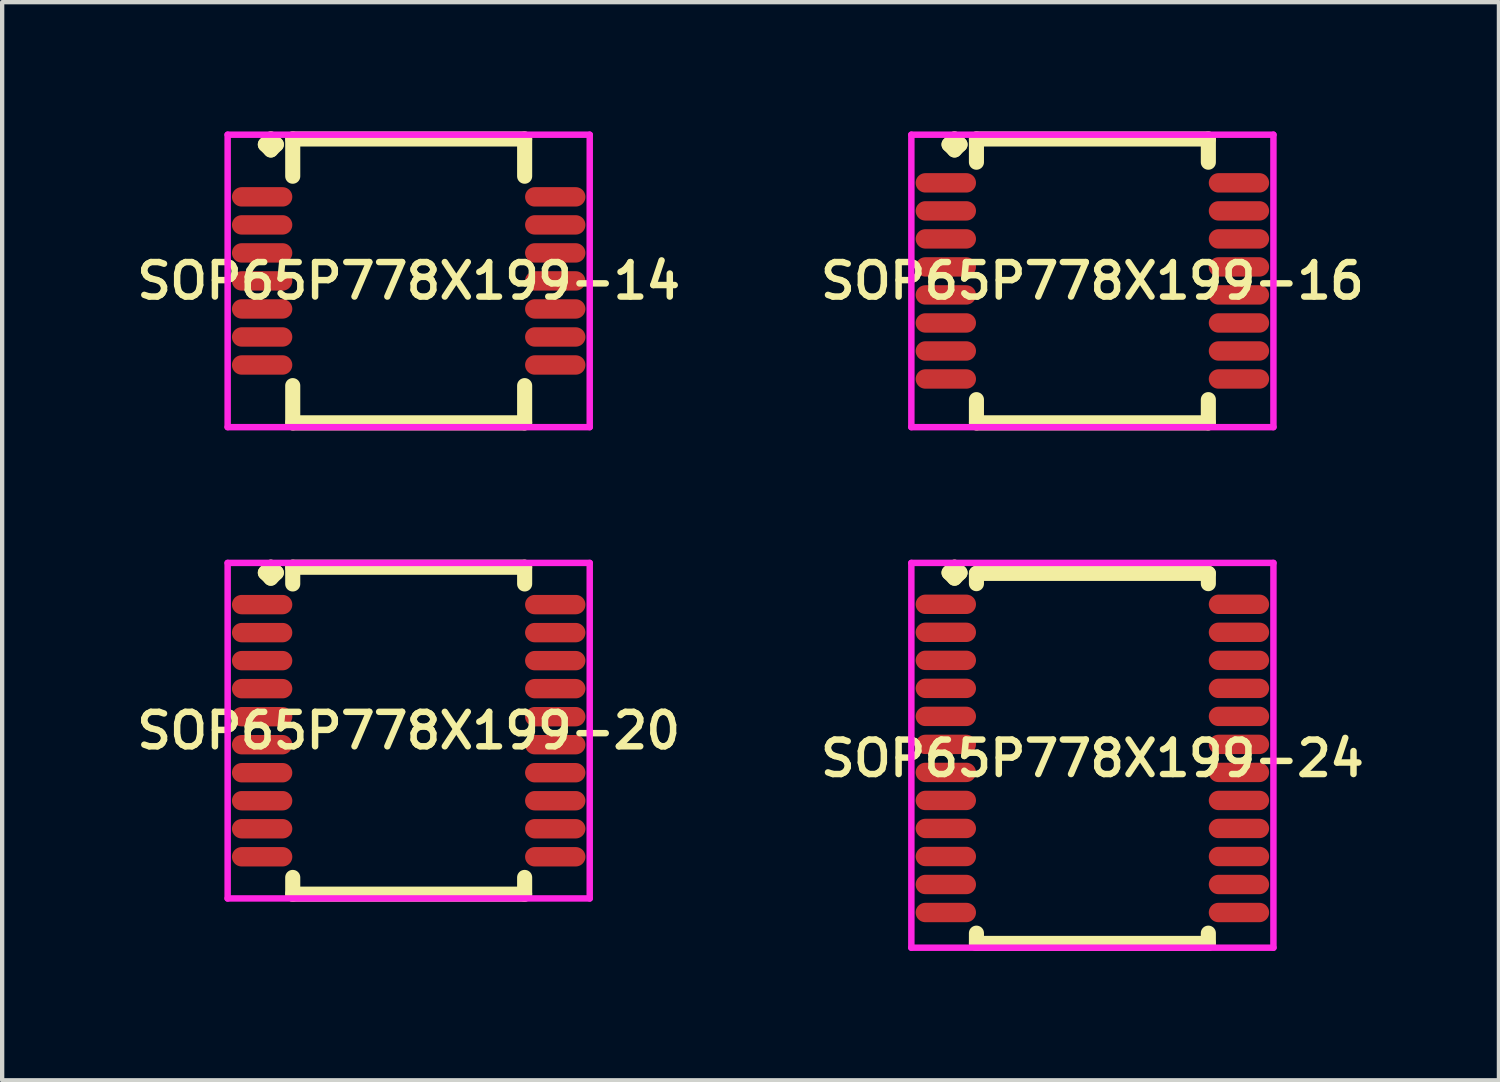
<source format=kicad_pcb>
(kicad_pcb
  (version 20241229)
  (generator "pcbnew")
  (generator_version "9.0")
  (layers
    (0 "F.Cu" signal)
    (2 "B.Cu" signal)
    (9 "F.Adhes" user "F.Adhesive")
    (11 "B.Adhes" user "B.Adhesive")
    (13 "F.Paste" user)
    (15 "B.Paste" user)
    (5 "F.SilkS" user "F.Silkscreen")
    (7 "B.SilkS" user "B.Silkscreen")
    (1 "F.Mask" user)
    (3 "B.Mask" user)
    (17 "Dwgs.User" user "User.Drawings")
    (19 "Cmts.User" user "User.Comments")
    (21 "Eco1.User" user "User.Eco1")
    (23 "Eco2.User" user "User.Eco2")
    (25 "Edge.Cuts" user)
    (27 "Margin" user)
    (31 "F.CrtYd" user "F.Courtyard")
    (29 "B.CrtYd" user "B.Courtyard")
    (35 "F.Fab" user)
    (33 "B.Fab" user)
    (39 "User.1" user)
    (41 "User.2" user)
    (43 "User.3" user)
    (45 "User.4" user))
  (footprint "SOP65P778X199-20"
    (layer "F.Cu")
    (at 6.431 13.901)
    (property "Reference" "SOP65P778X199-20" (at 0 0 0) (layer "F.SilkS") (effects (font (size 0.8 0.8) (thickness 0.15))))
    (attr smd)
    (fp_line (start -3.325 -3.665) (end -3.198 -3.792) (stroke (width 0.35) (type solid)) (layer "F.SilkS"))
    (fp_line (start -3.198 -3.792) (end -3.071 -3.665) (stroke (width 0.35) (type solid)) (layer "F.SilkS"))
    (fp_line (start -3.198 -3.538) (end -3.325 -3.665) (stroke (width 0.35) (type solid)) (layer "F.SilkS"))
    (fp_line (start -3.071 -3.665) (end -3.198 -3.538) (stroke (width 0.35) (type solid)) (layer "F.SilkS"))
    (fp_line (start -2.69 -3.792) (end 2.69 -3.792) (stroke (width 0.35) (type solid)) (layer "F.SilkS"))
    (fp_line (start -2.69 -3.404) (end -2.69 -3.792) (stroke (width 0.35) (type solid)) (layer "F.SilkS"))
    (fp_line (start -2.69 3.404) (end -2.69 3.792) (stroke (width 0.35) (type solid)) (layer "F.SilkS"))
    (fp_line (start -2.69 3.792) (end 2.69 3.792) (stroke (width 0.35) (type solid)) (layer "F.SilkS"))
    (fp_line (start 2.69 -3.792) (end 2.69 -3.404) (stroke (width 0.35) (type solid)) (layer "F.SilkS"))
    (fp_line (start 2.69 3.792) (end 2.69 3.404) (stroke (width 0.35) (type solid)) (layer "F.SilkS"))
    (fp_line (start -4.2 -3.892) (end 4.2 -3.892) (stroke (width 0.15) (type solid)) (layer "F.CrtYd"))
    (fp_line (start -4.2 3.892) (end -4.2 -3.892) (stroke (width 0.15) (type solid)) (layer "F.CrtYd"))
    (fp_line (start 4.2 -3.892) (end 4.2 3.892) (stroke (width 0.15) (type solid)) (layer "F.CrtYd"))
    (fp_line (start 4.2 3.892) (end -4.2 3.892) (stroke (width 0.15) (type solid)) (layer "F.CrtYd"))
    (pad "1" smd oval (at -3.4 -2.925) (size 1.4 0.45) (layers "F.Cu" "F.Mask" "F.Paste"))
    (pad "2" smd oval (at -3.4 -2.275) (size 1.4 0.45) (layers "F.Cu" "F.Mask" "F.Paste"))
    (pad "3" smd oval (at -3.4 -1.625) (size 1.4 0.45) (layers "F.Cu" "F.Mask" "F.Paste"))
    (pad "4" smd oval (at -3.4 -0.975) (size 1.4 0.45) (layers "F.Cu" "F.Mask" "F.Paste"))
    (pad "5" smd oval (at -3.4 -0.325) (size 1.4 0.45) (layers "F.Cu" "F.Mask" "F.Paste"))
    (pad "6" smd oval (at -3.4 0.325) (size 1.4 0.45) (layers "F.Cu" "F.Mask" "F.Paste"))
    (pad "7" smd oval (at -3.4 0.975) (size 1.4 0.45) (layers "F.Cu" "F.Mask" "F.Paste"))
    (pad "8" smd oval (at -3.4 1.625) (size 1.4 0.45) (layers "F.Cu" "F.Mask" "F.Paste"))
    (pad "9" smd oval (at -3.4 2.275) (size 1.4 0.45) (layers "F.Cu" "F.Mask" "F.Paste"))
    (pad "10" smd oval (at -3.4 2.925) (size 1.4 0.45) (layers "F.Cu" "F.Mask" "F.Paste"))
    (pad "11" smd oval (at 3.4 2.925) (size 1.4 0.45) (layers "F.Cu" "F.Mask" "F.Paste"))
    (pad "12" smd oval (at 3.4 2.275) (size 1.4 0.45) (layers "F.Cu" "F.Mask" "F.Paste"))
    (pad "13" smd oval (at 3.4 1.625) (size 1.4 0.45) (layers "F.Cu" "F.Mask" "F.Paste"))
    (pad "14" smd oval (at 3.4 0.975) (size 1.4 0.45) (layers "F.Cu" "F.Mask" "F.Paste"))
    (pad "15" smd oval (at 3.4 0.325) (size 1.4 0.45) (layers "F.Cu" "F.Mask" "F.Paste"))
    (pad "16" smd oval (at 3.4 -0.325) (size 1.4 0.45) (layers "F.Cu" "F.Mask" "F.Paste"))
    (pad "17" smd oval (at 3.4 -0.975) (size 1.4 0.45) (layers "F.Cu" "F.Mask" "F.Paste"))
    (pad "18" smd oval (at 3.4 -1.625) (size 1.4 0.45) (layers "F.Cu" "F.Mask" "F.Paste"))
    (pad "19" smd oval (at 3.4 -2.275) (size 1.4 0.45) (layers "F.Cu" "F.Mask" "F.Paste"))
    (pad "20" smd oval (at 3.4 -2.925) (size 1.4 0.45) (layers "F.Cu" "F.Mask" "F.Paste")))
  (footprint "SOP65P778X199-16"
    (layer "F.Cu")
    (at 22.292 3.467)
    (property "Reference" "SOP65P778X199-16" (at 0 0 0) (layer "F.SilkS") (effects (font (size 0.8 0.8) (thickness 0.15))))
    (attr through_hole)
    (fp_line (start -3.325 -3.165) (end -3.198 -3.292) (stroke (width 0.35) (type solid)) (layer "F.SilkS"))
    (fp_line (start -3.198 -3.292) (end -3.071 -3.165) (stroke (width 0.35) (type solid)) (layer "F.SilkS"))
    (fp_line (start -3.198 -3.038) (end -3.325 -3.165) (stroke (width 0.35) (type solid)) (layer "F.SilkS"))
    (fp_line (start -3.071 -3.165) (end -3.198 -3.038) (stroke (width 0.35) (type solid)) (layer "F.SilkS"))
    (fp_line (start -2.69 -3.292) (end 2.69 -3.292) (stroke (width 0.35) (type solid)) (layer "F.SilkS"))
    (fp_line (start -2.69 -2.754) (end -2.69 -3.292) (stroke (width 0.35) (type solid)) (layer "F.SilkS"))
    (fp_line (start -2.69 2.754) (end -2.69 3.292) (stroke (width 0.35) (type solid)) (layer "F.SilkS"))
    (fp_line (start -2.69 3.292) (end 2.69 3.292) (stroke (width 0.35) (type solid)) (layer "F.SilkS"))
    (fp_line (start 2.69 -3.292) (end 2.69 -2.754) (stroke (width 0.35) (type solid)) (layer "F.SilkS"))
    (fp_line (start 2.69 3.292) (end 2.69 2.754) (stroke (width 0.35) (type solid)) (layer "F.SilkS"))
    (fp_line (start -4.2 -3.392) (end 4.2 -3.392) (stroke (width 0.15) (type solid)) (layer "F.CrtYd"))
    (fp_line (start -4.2 3.392) (end -4.2 -3.392) (stroke (width 0.15) (type solid)) (layer "F.CrtYd"))
    (fp_line (start 4.2 -3.392) (end 4.2 3.392) (stroke (width 0.15) (type solid)) (layer "F.CrtYd"))
    (fp_line (start 4.2 3.392) (end -4.2 3.392) (stroke (width 0.15) (type solid)) (layer "F.CrtYd"))
    (pad "1" smd oval (at -3.4 -2.275) (size 1.4 0.45) (layers "F.Cu" "F.Mask" "F.Paste"))
    (pad "2" smd oval (at -3.4 -1.625) (size 1.4 0.45) (layers "F.Cu" "F.Mask" "F.Paste"))
    (pad "3" smd oval (at -3.4 -0.975) (size 1.4 0.45) (layers "F.Cu" "F.Mask" "F.Paste"))
    (pad "4" smd oval (at -3.4 -0.325) (size 1.4 0.45) (layers "F.Cu" "F.Mask" "F.Paste"))
    (pad "5" smd oval (at -3.4 0.325) (size 1.4 0.45) (layers "F.Cu" "F.Mask" "F.Paste"))
    (pad "6" smd oval (at -3.4 0.975) (size 1.4 0.45) (layers "F.Cu" "F.Mask" "F.Paste"))
    (pad "7" smd oval (at -3.4 1.625) (size 1.4 0.45) (layers "F.Cu" "F.Mask" "F.Paste"))
    (pad "8" smd oval (at -3.4 2.275) (size 1.4 0.45) (layers "F.Cu" "F.Mask" "F.Paste"))
    (pad "9" smd oval (at 3.4 2.275) (size 1.4 0.45) (layers "F.Cu" "F.Mask" "F.Paste"))
    (pad "10" smd oval (at 3.4 1.625) (size 1.4 0.45) (layers "F.Cu" "F.Mask" "F.Paste"))
    (pad "11" smd oval (at 3.4 0.975) (size 1.4 0.45) (layers "F.Cu" "F.Mask" "F.Paste"))
    (pad "12" smd oval (at 3.4 0.325) (size 1.4 0.45) (layers "F.Cu" "F.Mask" "F.Paste"))
    (pad "13" smd oval (at 3.4 -0.325) (size 1.4 0.45) (layers "F.Cu" "F.Mask" "F.Paste"))
    (pad "14" smd oval (at 3.4 -0.975) (size 1.4 0.45) (layers "F.Cu" "F.Mask" "F.Paste"))
    (pad "15" smd oval (at 3.4 -1.625) (size 1.4 0.45) (layers "F.Cu" "F.Mask" "F.Paste"))
    (pad "16" smd oval (at 3.4 -2.275) (size 1.4 0.45) (layers "F.Cu" "F.Mask" "F.Paste")))
  (footprint "SOP65P778X199-14"
    (layer "F.Cu")
    (at 6.431 3.467)
    (property "Reference" "SOP65P778X199-14" (at 0 0 0) (layer "F.SilkS") (effects (font (size 0.8 0.8) (thickness 0.15))))
    (attr through_hole)
    (fp_line (start -3.325 -3.165) (end -3.198 -3.292) (stroke (width 0.35) (type solid)) (layer "F.SilkS"))
    (fp_line (start -3.198 -3.292) (end -3.071 -3.165) (stroke (width 0.35) (type solid)) (layer "F.SilkS"))
    (fp_line (start -3.198 -3.038) (end -3.325 -3.165) (stroke (width 0.35) (type solid)) (layer "F.SilkS"))
    (fp_line (start -3.071 -3.165) (end -3.198 -3.038) (stroke (width 0.35) (type solid)) (layer "F.SilkS"))
    (fp_line (start -2.69 -3.292) (end 2.69 -3.292) (stroke (width 0.35) (type solid)) (layer "F.SilkS"))
    (fp_line (start -2.69 -2.429) (end -2.69 -3.292) (stroke (width 0.35) (type solid)) (layer "F.SilkS"))
    (fp_line (start -2.69 2.429) (end -2.69 3.292) (stroke (width 0.35) (type solid)) (layer "F.SilkS"))
    (fp_line (start -2.69 3.292) (end 2.69 3.292) (stroke (width 0.35) (type solid)) (layer "F.SilkS"))
    (fp_line (start 2.69 -3.292) (end 2.69 -2.429) (stroke (width 0.35) (type solid)) (layer "F.SilkS"))
    (fp_line (start 2.69 3.292) (end 2.69 2.429) (stroke (width 0.35) (type solid)) (layer "F.SilkS"))
    (fp_line (start -4.2 -3.392) (end 4.2 -3.392) (stroke (width 0.15) (type solid)) (layer "F.CrtYd"))
    (fp_line (start -4.2 3.392) (end -4.2 -3.392) (stroke (width 0.15) (type solid)) (layer "F.CrtYd"))
    (fp_line (start 4.2 -3.392) (end 4.2 3.392) (stroke (width 0.15) (type solid)) (layer "F.CrtYd"))
    (fp_line (start 4.2 3.392) (end -4.2 3.392) (stroke (width 0.15) (type solid)) (layer "F.CrtYd"))
    (pad "1" smd oval (at -3.4 -1.95) (size 1.4 0.45) (layers "F.Cu" "F.Mask" "F.Paste"))
    (pad "2" smd oval (at -3.4 -1.3) (size 1.4 0.45) (layers "F.Cu" "F.Mask" "F.Paste"))
    (pad "3" smd oval (at -3.4 -0.65) (size 1.4 0.45) (layers "F.Cu" "F.Mask" "F.Paste"))
    (pad "4" smd oval (at -3.4 0) (size 1.4 0.45) (layers "F.Cu" "F.Mask" "F.Paste"))
    (pad "5" smd oval (at -3.4 0.65) (size 1.4 0.45) (layers "F.Cu" "F.Mask" "F.Paste"))
    (pad "6" smd oval (at -3.4 1.3) (size 1.4 0.45) (layers "F.Cu" "F.Mask" "F.Paste"))
    (pad "7" smd oval (at -3.4 1.95) (size 1.4 0.45) (layers "F.Cu" "F.Mask" "F.Paste"))
    (pad "8" smd oval (at 3.4 1.95) (size 1.4 0.45) (layers "F.Cu" "F.Mask" "F.Paste"))
    (pad "9" smd oval (at 3.4 1.3) (size 1.4 0.45) (layers "F.Cu" "F.Mask" "F.Paste"))
    (pad "10" smd oval (at 3.4 0.65) (size 1.4 0.45) (layers "F.Cu" "F.Mask" "F.Paste"))
    (pad "11" smd oval (at 3.4 0) (size 1.4 0.45) (layers "F.Cu" "F.Mask" "F.Paste"))
    (pad "12" smd oval (at 3.4 -0.65) (size 1.4 0.45) (layers "F.Cu" "F.Mask" "F.Paste"))
    (pad "13" smd oval (at 3.4 -1.3) (size 1.4 0.45) (layers "F.Cu" "F.Mask" "F.Paste"))
    (pad "14" smd oval (at 3.4 -1.95) (size 1.4 0.45) (layers "F.Cu" "F.Mask" "F.Paste")))
  (footprint "SOP65P778X199-24"
    (layer "F.Cu")
    (at 22.292 14.544)
    (property "Reference" "SOP65P778X199-24" (at 0 0 0) (layer "F.SilkS") (effects (font (size 0.8 0.8) (thickness 0.15))))
    (attr through_hole)
    (fp_line (start -3.325 -4.308) (end -3.198 -4.435) (stroke (width 0.35) (type solid)) (layer "F.SilkS"))
    (fp_line (start -3.198 -4.435) (end -3.071 -4.308) (stroke (width 0.35) (type solid)) (layer "F.SilkS"))
    (fp_line (start -3.198 -4.181) (end -3.325 -4.308) (stroke (width 0.35) (type solid)) (layer "F.SilkS"))
    (fp_line (start -3.071 -4.308) (end -3.198 -4.181) (stroke (width 0.35) (type solid)) (layer "F.SilkS"))
    (fp_line (start -2.69 -4.292) (end 2.69 -4.292) (stroke (width 0.35) (type solid)) (layer "F.SilkS"))
    (fp_line (start -2.69 -4.054) (end -2.69 -4.292) (stroke (width 0.35) (type solid)) (layer "F.SilkS"))
    (fp_line (start -2.69 4.054) (end -2.69 4.292) (stroke (width 0.35) (type solid)) (layer "F.SilkS"))
    (fp_line (start -2.69 4.292) (end 2.69 4.292) (stroke (width 0.35) (type solid)) (layer "F.SilkS"))
    (fp_line (start 2.69 -4.292) (end 2.69 -4.054) (stroke (width 0.35) (type solid)) (layer "F.SilkS"))
    (fp_line (start 2.69 4.292) (end 2.69 4.054) (stroke (width 0.35) (type solid)) (layer "F.SilkS"))
    (fp_line (start -4.2 -4.535) (end 4.2 -4.535) (stroke (width 0.15) (type solid)) (layer "F.CrtYd"))
    (fp_line (start -4.2 4.392) (end -4.2 -4.535) (stroke (width 0.15) (type solid)) (layer "F.CrtYd"))
    (fp_line (start 4.2 -4.535) (end 4.2 4.392) (stroke (width 0.15) (type solid)) (layer "F.CrtYd"))
    (fp_line (start 4.2 4.392) (end -4.2 4.392) (stroke (width 0.15) (type solid)) (layer "F.CrtYd"))
    (pad "1" smd oval (at -3.4 -3.575) (size 1.4 0.45) (layers "F.Cu" "F.Mask" "F.Paste"))
    (pad "2" smd oval (at -3.4 -2.925) (size 1.4 0.45) (layers "F.Cu" "F.Mask" "F.Paste"))
    (pad "3" smd oval (at -3.4 -2.275) (size 1.4 0.45) (layers "F.Cu" "F.Mask" "F.Paste"))
    (pad "4" smd oval (at -3.4 -1.625) (size 1.4 0.45) (layers "F.Cu" "F.Mask" "F.Paste"))
    (pad "5" smd oval (at -3.4 -0.975) (size 1.4 0.45) (layers "F.Cu" "F.Mask" "F.Paste"))
    (pad "6" smd oval (at -3.4 -0.325) (size 1.4 0.45) (layers "F.Cu" "F.Mask" "F.Paste"))
    (pad "7" smd oval (at -3.4 0.325) (size 1.4 0.45) (layers "F.Cu" "F.Mask" "F.Paste"))
    (pad "8" smd oval (at -3.4 0.975) (size 1.4 0.45) (layers "F.Cu" "F.Mask" "F.Paste"))
    (pad "9" smd oval (at -3.4 1.625) (size 1.4 0.45) (layers "F.Cu" "F.Mask" "F.Paste"))
    (pad "10" smd oval (at -3.4 2.275) (size 1.4 0.45) (layers "F.Cu" "F.Mask" "F.Paste"))
    (pad "11" smd oval (at -3.4 2.925) (size 1.4 0.45) (layers "F.Cu" "F.Mask" "F.Paste"))
    (pad "12" smd oval (at -3.4 3.575) (size 1.4 0.45) (layers "F.Cu" "F.Mask" "F.Paste"))
    (pad "13" smd oval (at 3.4 3.575) (size 1.4 0.45) (layers "F.Cu" "F.Mask" "F.Paste"))
    (pad "14" smd oval (at 3.4 2.925) (size 1.4 0.45) (layers "F.Cu" "F.Mask" "F.Paste"))
    (pad "15" smd oval (at 3.4 2.275) (size 1.4 0.45) (layers "F.Cu" "F.Mask" "F.Paste"))
    (pad "16" smd oval (at 3.4 1.625) (size 1.4 0.45) (layers "F.Cu" "F.Mask" "F.Paste"))
    (pad "17" smd oval (at 3.4 0.975) (size 1.4 0.45) (layers "F.Cu" "F.Mask" "F.Paste"))
    (pad "18" smd oval (at 3.4 0.325) (size 1.4 0.45) (layers "F.Cu" "F.Mask" "F.Paste"))
    (pad "19" smd oval (at 3.4 -0.325) (size 1.4 0.45) (layers "F.Cu" "F.Mask" "F.Paste"))
    (pad "20" smd oval (at 3.4 -0.975) (size 1.4 0.45) (layers "F.Cu" "F.Mask" "F.Paste"))
    (pad "21" smd oval (at 3.4 -1.625) (size 1.4 0.45) (layers "F.Cu" "F.Mask" "F.Paste"))
    (pad "22" smd oval (at 3.4 -2.275) (size 1.4 0.45) (layers "F.Cu" "F.Mask" "F.Paste"))
    (pad "23" smd oval (at 3.4 -2.925) (size 1.4 0.45) (layers "F.Cu" "F.Mask" "F.Paste"))
    (pad "24" smd oval (at 3.4 -3.575) (size 1.4 0.45) (layers "F.Cu" "F.Mask" "F.Paste")))
  (gr_rect
    (start -3 -3)
    (end 31.723 22.011)
    (stroke (width 0.1) (type default))
    (fill no)
    (layer "Edge.Cuts")))
</source>
